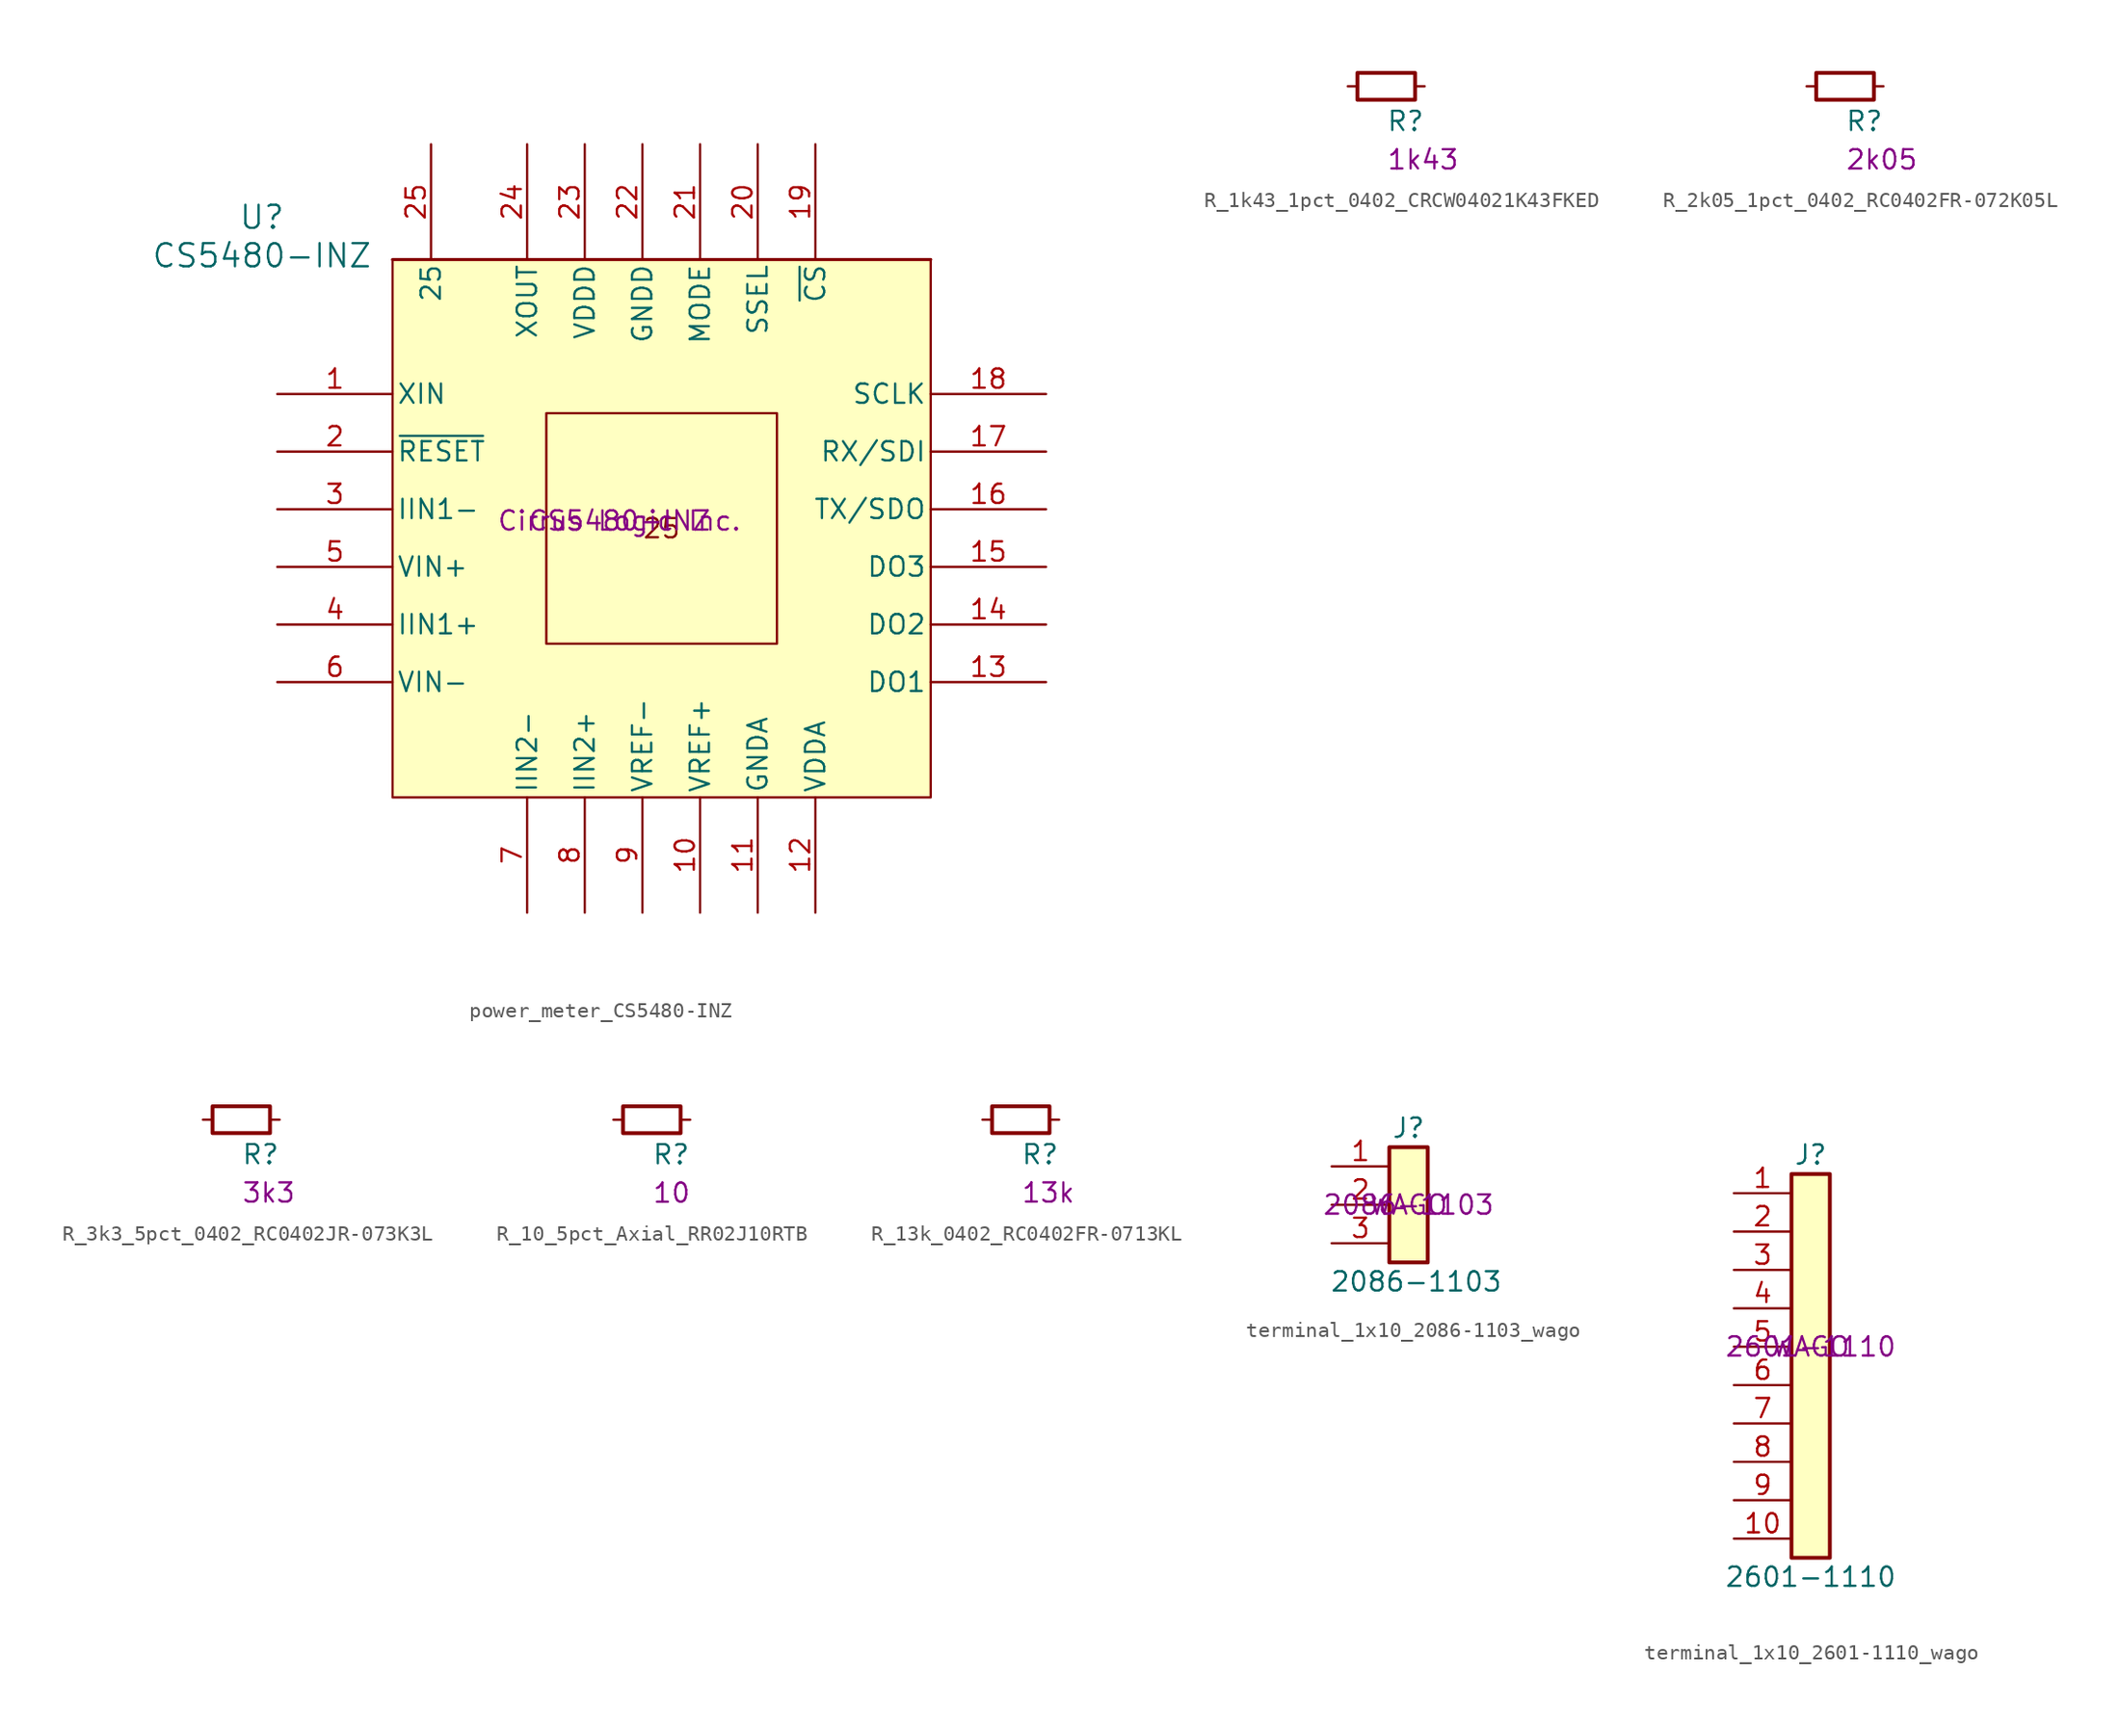
<source format=kicad_sym>
(kicad_symbol_lib
  (version 20231120)
  (generator "kicad_symbol_editor")
  (generator_version "8.0")
  (symbol "power_meter_CS5480-INZ"
    (pin_names
      (offset 0.254))
    (property "Reference" "U"
      (at -26.416 20.574 0)
      (effects (font (size 1.524 1.524))))
    (property "Value" "CS5480-INZ"
      (at -26.416 18.034 0)
      (effects (font (size 1.524 1.524))))
    (property "MPN" "CS5480-INZ"
      (at -2.794 0.508 0)
      (effects (font (size 1.27 1.27))))
    (property "Manufacturer" "Cirrus Logic Inc."
      (at -2.794 0.508 0)
      (effects (font (size 1.27 1.27))))
    (symbol "power_meter_CS5480-INZ_0_1"
      (polyline (pts (xy 17.78 17.78) (xy -17.78 17.78)) (stroke (width 0.203) (type default)) (fill (type none)))
      (pin bidirectional line (at -25.4 8.89 0) (length 7.62) (name "XIN" (effects (font (size 1.27 1.27)))) (number "1" (effects (font (size 1.27 1.27)))))
      (pin bidirectional line (at 2.54 -25.4 90) (length 7.62) (name "VREF+" (effects (font (size 1.27 1.27)))) (number "10" (effects (font (size 1.27 1.27)))))
      (pin bidirectional line (at 6.35 -25.4 90) (length 7.62) (name "GNDA" (effects (font (size 1.27 1.27)))) (number "11" (effects (font (size 1.27 1.27)))))
      (pin bidirectional line (at 10.16 -25.4 90) (length 7.62) (name "VDDA" (effects (font (size 1.27 1.27)))) (number "12" (effects (font (size 1.27 1.27)))))
      (pin output line (at 25.4 -10.16 180) (length 7.62) (name "DO1" (effects (font (size 1.27 1.27)))) (number "13" (effects (font (size 1.27 1.27)))))
      (pin output line (at 25.4 -6.35 180) (length 7.62) (name "DO2" (effects (font (size 1.27 1.27)))) (number "14" (effects (font (size 1.27 1.27)))))
      (pin output line (at 25.4 -2.54 180) (length 7.62) (name "DO3" (effects (font (size 1.27 1.27)))) (number "15" (effects (font (size 1.27 1.27)))))
      (pin bidirectional line (at 25.4 1.27 180) (length 7.62) (name "TX/SDO" (effects (font (size 1.27 1.27)))) (number "16" (effects (font (size 1.27 1.27)))))
      (pin bidirectional line (at 25.4 5.08 180) (length 7.62) (name "RX/SDI" (effects (font (size 1.27 1.27)))) (number "17" (effects (font (size 1.27 1.27)))))
      (pin bidirectional line (at 25.4 8.89 180) (length 7.62) (name "SCLK" (effects (font (size 1.27 1.27)))) (number "18" (effects (font (size 1.27 1.27)))))
      (pin bidirectional line (at 6.35 25.4 270) (length 7.62) (name "SSEL" (effects (font (size 1.27 1.27)))) (number "20" (effects (font (size 1.27 1.27)))))
      (pin bidirectional line (at 2.54 25.4 270) (length 7.62) (name "MODE" (effects (font (size 1.27 1.27)))) (number "21" (effects (font (size 1.27 1.27)))))
      (pin bidirectional line (at -1.27 25.4 270) (length 7.62) (name "GNDD" (effects (font (size 1.27 1.27)))) (number "22" (effects (font (size 1.27 1.27)))))
      (pin bidirectional line (at -5.08 25.4 270) (length 7.62) (name "VDDD" (effects (font (size 1.27 1.27)))) (number "23" (effects (font (size 1.27 1.27)))))
      (pin bidirectional line (at -15.24 25.4 270) (length 7.62) (name "25" (effects (font (size 1.27 1.27)))) (number "25" (effects (font (size 1.27 1.27)))))
      (pin input line (at -25.4 1.27 0) (length 7.62) (name "IIN1-" (effects (font (size 1.27 1.27)))) (number "3" (effects (font (size 1.27 1.27)))))
      (pin input line (at -25.4 -6.35 0) (length 7.62) (name "IIN1+" (effects (font (size 1.27 1.27)))) (number "4" (effects (font (size 1.27 1.27)))))
      (pin input line (at -25.4 -2.54 0) (length 7.62) (name "VIN+" (effects (font (size 1.27 1.27)))) (number "5" (effects (font (size 1.27 1.27)))))
      (pin input line (at -25.4 -10.16 0) (length 7.62) (name "VIN-" (effects (font (size 1.27 1.27)))) (number "6" (effects (font (size 1.27 1.27)))))
      (pin input line (at -8.89 -25.4 90) (length 7.62) (name "IIN2-" (effects (font (size 1.27 1.27)))) (number "7" (effects (font (size 1.27 1.27)))))
      (pin input line (at -5.08 -25.4 90) (length 7.62) (name "IIN2+" (effects (font (size 1.27 1.27)))) (number "8" (effects (font (size 1.27 1.27)))))
      (pin input line (at -1.27 -25.4 90) (length 7.62) (name "VREF-" (effects (font (size 1.27 1.27)))) (number "9" (effects (font (size 1.27 1.27))))))
    (symbol "power_meter_CS5480-INZ_1_1"
      (rectangle (start -17.78 17.78) (end 17.78 -17.78) (stroke (width 0) (type default)) (fill (type color) (color 255 255 194 1)))
      (rectangle (start -7.62 7.62) (end 7.62 -7.62) (stroke (width 0) (type default)) (fill (type none)))
      (text "25" (at 0 0 0) (effects (font (size 1.27 1.27))))
      (pin bidirectional line (at 10.16 25.4 270) (length 7.62) (name "~{CS}" (effects (font (size 1.27 1.27)))) (number "19" (effects (font (size 1.27 1.27)))))
      (pin input line (at -25.4 5.08 0) (length 7.62) (name "~{RESET}" (effects (font (size 1.27 1.27)))) (number "2" (effects (font (size 1.27 1.27)))))
      (pin output line (at -8.89 25.4 270) (length 7.62) (name "XOUT" (effects (font (size 1.27 1.27)))) (number "24" (effects (font (size 1.27 1.27)))))))
  (symbol "R_1k43_1pct_0402_CRCW04021K43FKED"
    (pin_numbers hide)
    (pin_names hide)
    (property "Reference" "R"
      (at 0 -3.048 0)
      (effects (font (size 1.27 1.27) (thickness 0.15)) (justify left bottom)))
    (property "Val" "1k43"
      (at 0 -5.588 0)
      (effects (font (size 1.27 1.27)) (justify left bottom)))
    (symbol "R_1k43_1pct_0402_CRCW04021K43FKED_0_1"
      (rectangle (start -1.905 0.889) (end 1.905 -0.889) (stroke (width 0.254) (type default)) (fill (type none))))
    (symbol "R_1k43_1pct_0402_CRCW04021K43FKED_1_1"
      (pin passive line (at -2.54 0 0) (length 0.635) (name "~" (effects (font (size 1.27 1.27)))) (number "1" (effects (font (size 1.27 1.27)))))
      (pin passive line (at 2.54 0 180) (length 0.635) (name "~" (effects (font (size 1.27 1.27)))) (number "2" (effects (font (size 1.27 1.27)))))))
  (symbol "R_2k05_1pct_0402_RC0402FR-072K05L"
    (pin_numbers hide)
    (pin_names hide)
    (property "Reference" "R"
      (at 0 -3.048 0)
      (effects (font (size 1.27 1.27) (thickness 0.15)) (justify left bottom)))
    (property "Val" "2k05"
      (at 0 -5.588 0)
      (effects (font (size 1.27 1.27)) (justify left bottom)))
    (symbol "R_2k05_1pct_0402_RC0402FR-072K05L_0_1"
      (rectangle (start -1.905 0.889) (end 1.905 -0.889) (stroke (width 0.254) (type default)) (fill (type none))))
    (symbol "R_2k05_1pct_0402_RC0402FR-072K05L_1_1"
      (pin passive line (at -2.54 0 0) (length 0.635) (name "~" (effects (font (size 1.27 1.27)))) (number "1" (effects (font (size 1.27 1.27)))))
      (pin passive line (at 2.54 0 180) (length 0.635) (name "~" (effects (font (size 1.27 1.27)))) (number "2" (effects (font (size 1.27 1.27)))))))
  (symbol "R_3k3_5pct_0402_RC0402JR-073K3L"
    (pin_numbers hide)
    (pin_names hide)
    (property "Reference" "R"
      (at 0 -3.048 0)
      (effects (font (size 1.27 1.27) (thickness 0.15)) (justify left bottom)))
    (property "Val" "3k3"
      (at 0 -5.588 0)
      (effects (font (size 1.27 1.27)) (justify left bottom)))
    (symbol "R_3k3_5pct_0402_RC0402JR-073K3L_0_1"
      (rectangle (start -1.905 0.889) (end 1.905 -0.889) (stroke (width 0.254) (type default)) (fill (type none))))
    (symbol "R_3k3_5pct_0402_RC0402JR-073K3L_1_1"
      (pin passive line (at -2.54 0 0) (length 0.635) (name "~" (effects (font (size 1.27 1.27)))) (number "1" (effects (font (size 1.27 1.27)))))
      (pin passive line (at 2.54 0 180) (length 0.635) (name "~" (effects (font (size 1.27 1.27)))) (number "2" (effects (font (size 1.27 1.27)))))))
  (symbol "R_10_5pct_Axial_RR02J10RTB"
    (pin_numbers hide)
    (pin_names hide)
    (property "Reference" "R"
      (at 0 -3.048 0)
      (effects (font (size 1.27 1.27) (thickness 0.15)) (justify left bottom)))
    (property "Val" "10"
      (at 0 -5.588 0)
      (effects (font (size 1.27 1.27)) (justify left bottom)))
    (symbol "R_10_5pct_Axial_RR02J10RTB_0_1"
      (rectangle (start -1.905 0.889) (end 1.905 -0.889) (stroke (width 0.254) (type default)) (fill (type none))))
    (symbol "R_10_5pct_Axial_RR02J10RTB_1_1"
      (pin passive line (at -2.54 0 0) (length 0.635) (name "~" (effects (font (size 1.27 1.27)))) (number "1" (effects (font (size 1.27 1.27)))))
      (pin passive line (at 2.54 0 180) (length 0.635) (name "~" (effects (font (size 1.27 1.27)))) (number "2" (effects (font (size 1.27 1.27)))))))
  (symbol "R_13k_0402_RC0402FR-0713KL"
    (pin_numbers hide)
    (pin_names hide)
    (property "Reference" "R"
      (at 0 -3.048 0)
      (effects (font (size 1.27 1.27) (thickness 0.15)) (justify left bottom)))
    (property "Val" "13k"
      (at 0 -5.588 0)
      (effects (font (size 1.27 1.27)) (justify left bottom)))
    (symbol "R_13k_0402_RC0402FR-0713KL_0_1"
      (rectangle (start -1.905 0.889) (end 1.905 -0.889) (stroke (width 0.254) (type default)) (fill (type none))))
    (symbol "R_13k_0402_RC0402FR-0713KL_1_1"
      (pin passive line (at -2.54 0 0) (length 0.635) (name "~" (effects (font (size 1.27 1.27)))) (number "1" (effects (font (size 1.27 1.27)))))
      (pin passive line (at 2.54 0 180) (length 0.635) (name "~" (effects (font (size 1.27 1.27)))) (number "2" (effects (font (size 1.27 1.27)))))))
  (symbol "terminal_1x10_2086-1103_wago"
    (pin_names
      (offset 1.016) hide)
    (property "Reference" "J"
      (at 0 5.08 0)
      (effects (font (size 1.27 1.27))))
    (property "Value" "2086-1103"
      (at 0.508 -5.08 0)
      (effects (font (size 1.27 1.27))))
    (property "MPN" "2086-1103"
      (at 0 0 0)
      (effects (font (size 1.27 1.27))))
    (property "Manufacturer" "WAGO"
      (at 0 0 0)
      (effects (font (size 1.27 1.27))))
    (symbol "terminal_1x10_2086-1103_wago_1_1"
      (rectangle (start -1.27 3.81) (end 1.27 -3.81) (stroke (width 0.254) (type default)) (fill (type background)))
      (pin passive line (at -5.08 2.54 0) (length 3.81) (name "Pin_1" (effects (font (size 1.27 1.27)))) (number "1" (effects (font (size 1.27 1.27)))))
      (pin passive line (at -5.08 0 0) (length 3.81) (name "Pin_2" (effects (font (size 1.27 1.27)))) (number "2" (effects (font (size 1.27 1.27)))))
      (pin passive line (at -5.08 -2.54 0) (length 3.81) (name "Pin_3" (effects (font (size 1.27 1.27)))) (number "3" (effects (font (size 1.27 1.27)))))))
  (symbol "terminal_1x10_2601-1110_wago"
    (pin_names
      (offset 1.016) hide)
    (property "Reference" "J"
      (at 0 12.7 0)
      (effects (font (size 1.27 1.27))))
    (property "Value" "2601-1110"
      (at 0 -15.24 0)
      (effects (font (size 1.27 1.27))))
    (property "MPN" "2601-1110"
      (at 0 0 0)
      (effects (font (size 1.27 1.27))))
    (property "Manufacturer" "WAGO"
      (at 0 0 0)
      (effects (font (size 1.27 1.27))))
    (symbol "terminal_1x10_2601-1110_wago_1_1"
      (rectangle (start -1.27 11.43) (end 1.27 -13.97) (stroke (width 0.254) (type default)) (fill (type background)))
      (pin passive line (at -5.08 10.16 0) (length 3.81) (name "Pin_1" (effects (font (size 1.27 1.27)))) (number "1" (effects (font (size 1.27 1.27)))))
      (pin passive line (at -5.08 -12.7 0) (length 3.81) (name "Pin_10" (effects (font (size 1.27 1.27)))) (number "10" (effects (font (size 1.27 1.27)))))
      (pin passive line (at -5.08 7.62 0) (length 3.81) (name "Pin_2" (effects (font (size 1.27 1.27)))) (number "2" (effects (font (size 1.27 1.27)))))
      (pin passive line (at -5.08 5.08 0) (length 3.81) (name "Pin_3" (effects (font (size 1.27 1.27)))) (number "3" (effects (font (size 1.27 1.27)))))
      (pin passive line (at -5.08 2.54 0) (length 3.81) (name "Pin_4" (effects (font (size 1.27 1.27)))) (number "4" (effects (font (size 1.27 1.27)))))
      (pin passive line (at -5.08 0 0) (length 3.81) (name "Pin_5" (effects (font (size 1.27 1.27)))) (number "5" (effects (font (size 1.27 1.27)))))
      (pin passive line (at -5.08 -2.54 0) (length 3.81) (name "Pin_6" (effects (font (size 1.27 1.27)))) (number "6" (effects (font (size 1.27 1.27)))))
      (pin passive line (at -5.08 -5.08 0) (length 3.81) (name "Pin_7" (effects (font (size 1.27 1.27)))) (number "7" (effects (font (size 1.27 1.27)))))
      (pin passive line (at -5.08 -7.62 0) (length 3.81) (name "Pin_8" (effects (font (size 1.27 1.27)))) (number "8" (effects (font (size 1.27 1.27)))))
      (pin passive line (at -5.08 -10.16 0) (length 3.81) (name "Pin_9" (effects (font (size 1.27 1.27)))) (number "9" (effects (font (size 1.27 1.27))))))))
</source>
